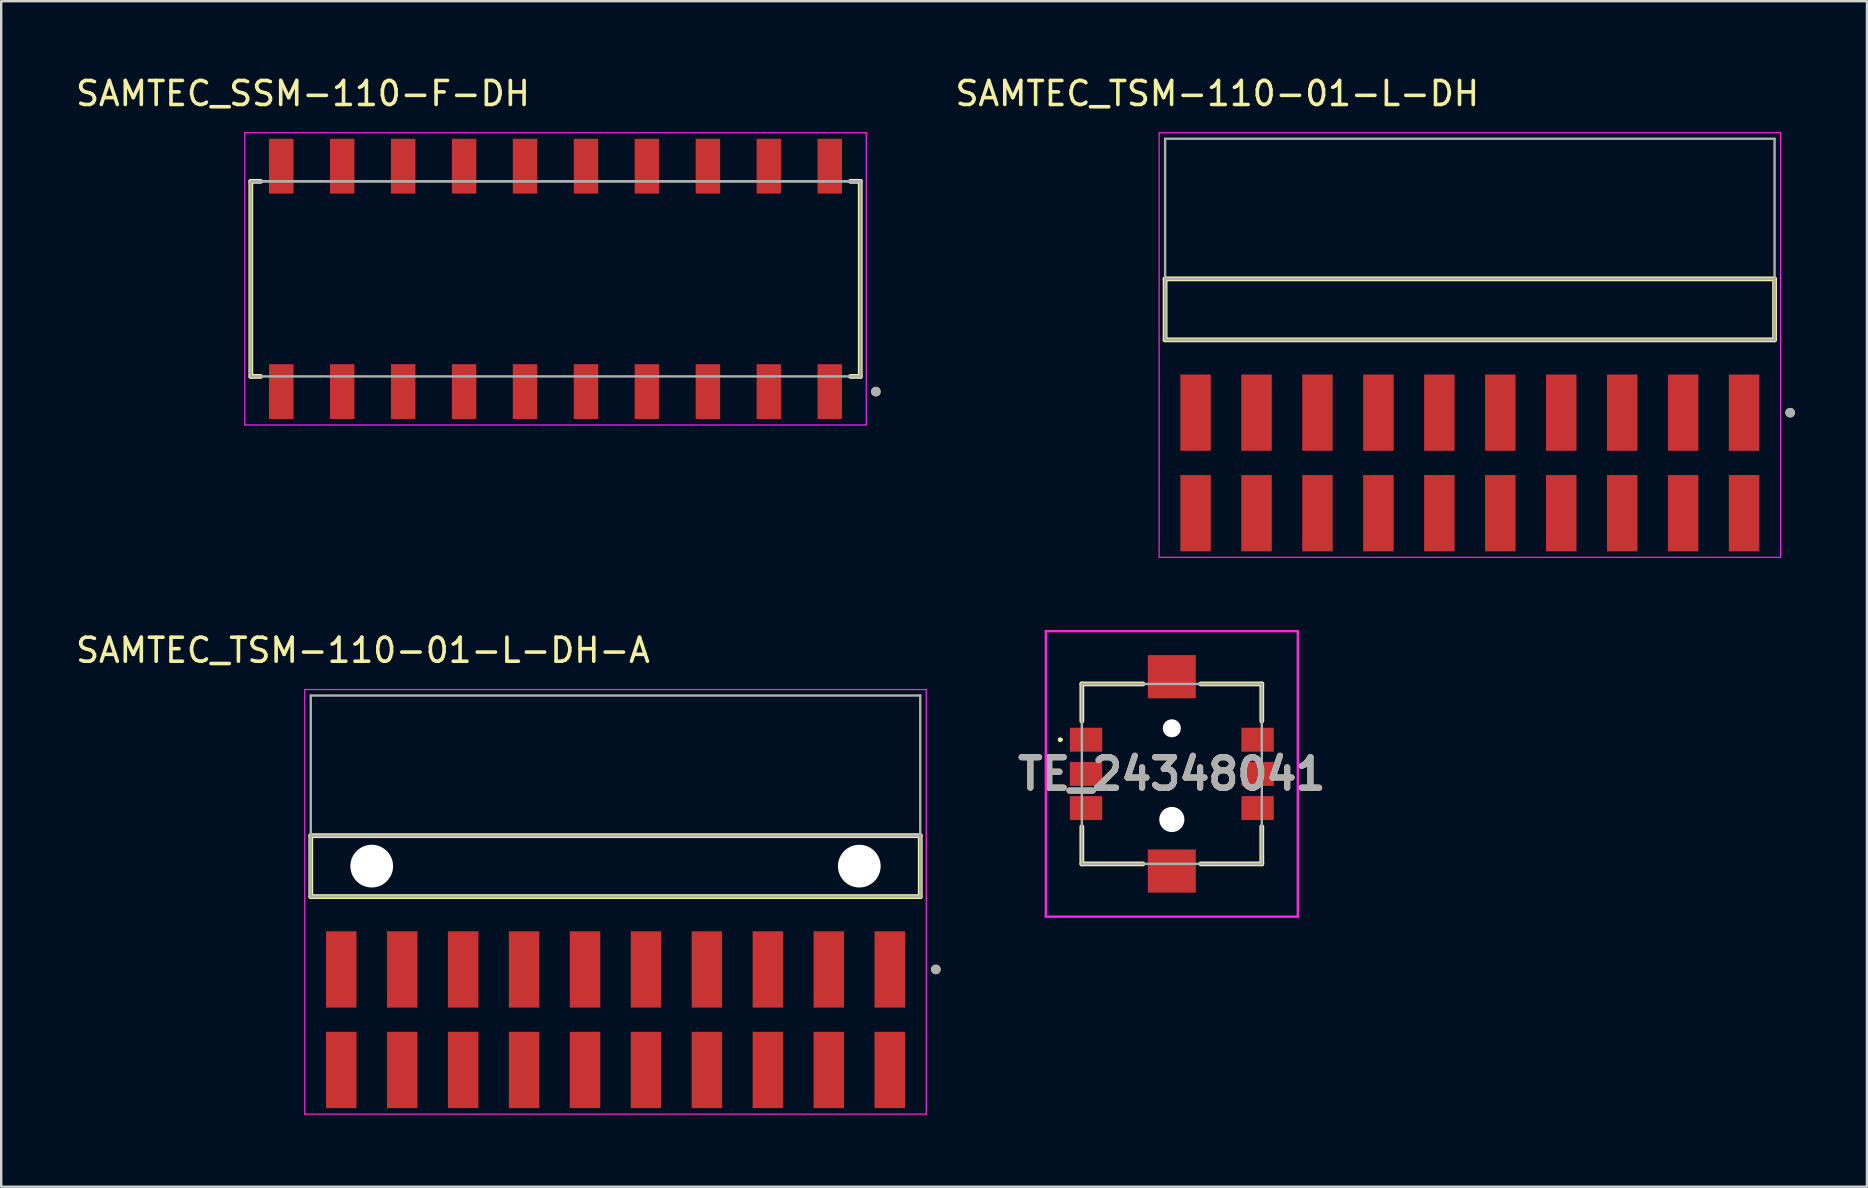
<source format=kicad_pcb>
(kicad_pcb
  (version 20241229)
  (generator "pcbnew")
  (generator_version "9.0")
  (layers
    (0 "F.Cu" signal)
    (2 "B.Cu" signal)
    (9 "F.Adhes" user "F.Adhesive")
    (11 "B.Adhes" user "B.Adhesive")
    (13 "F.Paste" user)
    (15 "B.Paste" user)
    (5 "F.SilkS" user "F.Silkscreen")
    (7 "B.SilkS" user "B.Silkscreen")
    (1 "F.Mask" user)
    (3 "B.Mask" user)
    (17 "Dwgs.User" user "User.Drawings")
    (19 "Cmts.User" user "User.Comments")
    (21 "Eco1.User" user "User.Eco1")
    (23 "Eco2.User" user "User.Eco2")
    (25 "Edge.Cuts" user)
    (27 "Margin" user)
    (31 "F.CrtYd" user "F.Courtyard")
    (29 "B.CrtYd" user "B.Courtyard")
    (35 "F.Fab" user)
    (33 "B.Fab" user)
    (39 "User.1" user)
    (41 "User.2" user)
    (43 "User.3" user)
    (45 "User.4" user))
  (footprint "SAMTEC_SSM-110-F-DH"
    (layer "F.Cu")
    (at 20.102 8.573)
    (property "Reference" "SAMTEC_SSM-110-F-DH" (at -10.525 -7.725 0) (layer "F.SilkS") (effects (font (size 1 1) (thickness 0.15))))
    (attr smd)
    (fp_line (start -12.7 -4.065) (end -12.29 -4.065) (stroke (width 0.2) (type solid)) (layer "F.SilkS"))
    (fp_line (start -12.7 4.065) (end -12.7 -4.065) (stroke (width 0.2) (type solid)) (layer "F.SilkS"))
    (fp_line (start -12.29 4.065) (end -12.7 4.065) (stroke (width 0.2) (type solid)) (layer "F.SilkS"))
    (fp_line (start 12.29 -4.065) (end 12.7 -4.065) (stroke (width 0.2) (type solid)) (layer "F.SilkS"))
    (fp_line (start 12.29 4.065) (end 12.7 4.065) (stroke (width 0.2) (type solid)) (layer "F.SilkS"))
    (fp_line (start 12.7 -4.065) (end 12.7 4.065) (stroke (width 0.2) (type solid)) (layer "F.SilkS"))
    (fp_circle (center 13.35 4.697) (end 13.45 4.697) (stroke (width 0.2) (type solid)) (fill no) (layer "F.SilkS"))
    (fp_line (start -12.95 -6.09) (end 12.95 -6.09) (stroke (width 0.05) (type solid)) (layer "F.CrtYd"))
    (fp_line (start -12.95 6.09) (end -12.95 -6.09) (stroke (width 0.05) (type solid)) (layer "F.CrtYd"))
    (fp_line (start 12.95 -6.09) (end 12.95 6.09) (stroke (width 0.05) (type solid)) (layer "F.CrtYd"))
    (fp_line (start 12.95 6.09) (end -12.95 6.09) (stroke (width 0.05) (type solid)) (layer "F.CrtYd"))
    (fp_line (start -12.7 -4.065) (end 12.7 -4.065) (stroke (width 0.1) (type solid)) (layer "F.Fab"))
    (fp_line (start -12.7 -4.065) (end 12.7 -4.065) (stroke (width 0.1) (type solid)) (layer "F.Fab"))
    (fp_line (start -12.7 4.065) (end -12.7 -4.065) (stroke (width 0.1) (type solid)) (layer "F.Fab"))
    (fp_line (start -12.7 4.065) (end -12.7 -4.065) (stroke (width 0.1) (type solid)) (layer "F.Fab"))
    (fp_line (start 12.7 -4.065) (end 12.7 4.065) (stroke (width 0.1) (type solid)) (layer "F.Fab"))
    (fp_line (start 12.7 -4.065) (end 12.7 4.065) (stroke (width 0.1) (type solid)) (layer "F.Fab"))
    (fp_line (start 12.7 4.065) (end -12.7 4.065) (stroke (width 0.1) (type solid)) (layer "F.Fab"))
    (fp_circle (center 13.35 4.697) (end 13.45 4.697) (stroke (width 0.2) (type solid)) (fill no) (layer "F.Fab"))
    (pad "1" smd rect (at 11.43 4.697) (size 1.02 2.285) (layers "F.Cu" "F.Mask" "F.Paste"))
    (pad "2" smd rect (at 11.43 -4.697) (size 1.02 2.285) (layers "F.Cu" "F.Mask" "F.Paste"))
    (pad "3" smd rect (at 8.89 4.697) (size 1.02 2.285) (layers "F.Cu" "F.Mask" "F.Paste"))
    (pad "4" smd rect (at 8.89 -4.697) (size 1.02 2.285) (layers "F.Cu" "F.Mask" "F.Paste"))
    (pad "5" smd rect (at 6.35 4.697) (size 1.02 2.285) (layers "F.Cu" "F.Mask" "F.Paste"))
    (pad "6" smd rect (at 6.35 -4.697) (size 1.02 2.285) (layers "F.Cu" "F.Mask" "F.Paste"))
    (pad "7" smd rect (at 3.81 4.697) (size 1.02 2.285) (layers "F.Cu" "F.Mask" "F.Paste"))
    (pad "8" smd rect (at 3.81 -4.697) (size 1.02 2.285) (layers "F.Cu" "F.Mask" "F.Paste"))
    (pad "9" smd rect (at 1.27 4.697) (size 1.02 2.285) (layers "F.Cu" "F.Mask" "F.Paste"))
    (pad "10" smd rect (at 1.27 -4.697) (size 1.02 2.285) (layers "F.Cu" "F.Mask" "F.Paste"))
    (pad "11" smd rect (at -1.27 4.697) (size 1.02 2.285) (layers "F.Cu" "F.Mask" "F.Paste"))
    (pad "12" smd rect (at -1.27 -4.697) (size 1.02 2.285) (layers "F.Cu" "F.Mask" "F.Paste"))
    (pad "13" smd rect (at -3.81 4.697) (size 1.02 2.285) (layers "F.Cu" "F.Mask" "F.Paste"))
    (pad "14" smd rect (at -3.81 -4.697) (size 1.02 2.285) (layers "F.Cu" "F.Mask" "F.Paste"))
    (pad "15" smd rect (at -6.35 4.697) (size 1.02 2.285) (layers "F.Cu" "F.Mask" "F.Paste"))
    (pad "16" smd rect (at -6.35 -4.697) (size 1.02 2.285) (layers "F.Cu" "F.Mask" "F.Paste"))
    (pad "17" smd rect (at -8.89 4.697) (size 1.02 2.285) (layers "F.Cu" "F.Mask" "F.Paste"))
    (pad "18" smd rect (at -8.89 -4.697) (size 1.02 2.285) (layers "F.Cu" "F.Mask" "F.Paste"))
    (pad "19" smd rect (at -11.43 4.697) (size 1.02 2.285) (layers "F.Cu" "F.Mask" "F.Paste"))
    (pad "20" smd rect (at -11.43 -4.697) (size 1.02 2.285) (layers "F.Cu" "F.Mask" "F.Paste")))
  (footprint "TE_24348041"
    (layer "F.Cu")
    (at 45.787 29.203)
    (property "Reference" "TE_24348041" (at 0 0 0) (layer "F.SilkS") (effects (font (size 1.27 1.27) (thickness 0.254))))
    (attr smd)
    (fp_line (start -4.7 -1.425) (end -4.7 -1.425) (stroke (width 0.1) (type solid)) (layer "F.SilkS"))
    (fp_line (start -4.6 -1.425) (end -4.6 -1.425) (stroke (width 0.1) (type solid)) (layer "F.SilkS"))
    (fp_line (start -3.75 -3.75) (end -3.75 -2.2) (stroke (width 0.2) (type solid)) (layer "F.SilkS"))
    (fp_line (start -3.75 2.2) (end -3.75 3.75) (stroke (width 0.2) (type solid)) (layer "F.SilkS"))
    (fp_line (start -3.75 3.75) (end -1.2 3.75) (stroke (width 0.2) (type solid)) (layer "F.SilkS"))
    (fp_line (start -1.2 -3.75) (end -3.75 -3.75) (stroke (width 0.2) (type solid)) (layer "F.SilkS"))
    (fp_line (start 1.2 -3.75) (end 3.75 -3.75) (stroke (width 0.2) (type solid)) (layer "F.SilkS"))
    (fp_line (start 1.2 3.75) (end 3.75 3.75) (stroke (width 0.2) (type solid)) (layer "F.SilkS"))
    (fp_line (start 3.75 -3.75) (end 3.75 -2.2) (stroke (width 0.2) (type solid)) (layer "F.SilkS"))
    (fp_line (start 3.75 3.75) (end 3.75 2.2) (stroke (width 0.2) (type solid)) (layer "F.SilkS"))
    (fp_arc (start -4.7 -1.425) (mid -4.65 -1.475) (end -4.6 -1.425) (stroke (width 0.1) (type solid)) (layer "F.SilkS"))
    (fp_arc (start -4.6 -1.425) (mid -4.65 -1.375) (end -4.7 -1.425) (stroke (width 0.1) (type solid)) (layer "F.SilkS"))
    (fp_line (start -5.25 -5.95) (end 5.25 -5.95) (stroke (width 0.1) (type solid)) (layer "F.CrtYd"))
    (fp_line (start -5.25 5.95) (end -5.25 -5.95) (stroke (width 0.1) (type solid)) (layer "F.CrtYd"))
    (fp_line (start 5.25 -5.95) (end 5.25 5.95) (stroke (width 0.1) (type solid)) (layer "F.CrtYd"))
    (fp_line (start 5.25 5.95) (end -5.25 5.95) (stroke (width 0.1) (type solid)) (layer "F.CrtYd"))
    (fp_line (start -3.75 -3.75) (end -3.75 3.75) (stroke (width 0.1) (type solid)) (layer "F.Fab"))
    (fp_line (start -3.75 3.75) (end 3.75 3.75) (stroke (width 0.1) (type solid)) (layer "F.Fab"))
    (fp_line (start 3.75 -3.75) (end -3.75 -3.75) (stroke (width 0.1) (type solid)) (layer "F.Fab"))
    (fp_line (start 3.75 3.75) (end 3.75 -3.75) (stroke (width 0.1) (type solid)) (layer "F.Fab"))
    (fp_text user "${REFERENCE}" (at 0 0 0) (layer "F.Fab") (effects (font (size 1.27 1.27) (thickness 0.254))))
    (pad "" np_thru_hole circle (at 0 -1.9) (size 0.75 0.75) (drill 0.75) (layers "*.Cu" "*.Mask"))
    (pad "" np_thru_hole circle (at 0 1.9) (size 1.05 1.05) (drill 1.05) (layers "*.Cu" "*.Mask"))
    (pad "1" smd rect (at -3.575 -1.425 90) (size 1 1.35) (layers "F.Cu" "F.Mask" "F.Paste"))
    (pad "2" smd rect (at -3.575 0 90) (size 1 1.35) (layers "F.Cu" "F.Mask" "F.Paste"))
    (pad "3" smd rect (at -3.575 1.425 90) (size 1 1.35) (layers "F.Cu" "F.Mask" "F.Paste"))
    (pad "4" smd rect (at 3.575 -1.425 90) (size 1 1.35) (layers "F.Cu" "F.Mask" "F.Paste"))
    (pad "5" smd rect (at 3.575 0 90) (size 1 1.35) (layers "F.Cu" "F.Mask" "F.Paste"))
    (pad "6" smd rect (at 3.575 1.425 90) (size 1 1.35) (layers "F.Cu" "F.Mask" "F.Paste"))
    (pad "MP1" smd rect (at 0 -4.05 90) (size 1.8 2) (layers "F.Cu" "F.Mask" "F.Paste"))
    (pad "MP2" smd rect (at 0 4.05 90) (size 1.8 2) (layers "F.Cu" "F.Mask" "F.Paste")))
  (footprint "SAMTEC_TSM-110-01-L-DH"
    (layer "F.Cu")
    (at 58.207 9.843)
    (property "Reference" "SAMTEC_TSM-110-01-L-DH" (at -10.525 -8.995 0) (layer "F.SilkS") (effects (font (size 1 1) (thickness 0.15))))
    (attr smd)
    (fp_line (start -12.7 1.27) (end -12.7 -1.27) (stroke (width 0.2) (type solid)) (layer "F.SilkS"))
    (fp_line (start 12.7 -1.27) (end -12.7 -1.27) (stroke (width 0.2) (type solid)) (layer "F.SilkS"))
    (fp_line (start 12.7 -1.27) (end 12.7 1.27) (stroke (width 0.2) (type solid)) (layer "F.SilkS"))
    (fp_line (start 12.7 1.27) (end -12.7 1.27) (stroke (width 0.2) (type solid)) (layer "F.SilkS"))
    (fp_circle (center 13.35 4.305) (end 13.45 4.305) (stroke (width 0.2) (type solid)) (fill no) (layer "F.SilkS"))
    (fp_line (start -12.95 -7.36) (end 12.95 -7.36) (stroke (width 0.05) (type solid)) (layer "F.CrtYd"))
    (fp_line (start -12.95 10.335) (end -12.95 -7.36) (stroke (width 0.05) (type solid)) (layer "F.CrtYd"))
    (fp_line (start 12.95 -7.36) (end 12.95 10.335) (stroke (width 0.05) (type solid)) (layer "F.CrtYd"))
    (fp_line (start 12.95 10.335) (end -12.95 10.335) (stroke (width 0.05) (type solid)) (layer "F.CrtYd"))
    (fp_line (start -12.7 -7.11) (end 12.7 -7.11) (stroke (width 0.1) (type solid)) (layer "F.Fab"))
    (fp_line (start -12.7 -1.27) (end 12.7 -1.27) (stroke (width 0.1) (type solid)) (layer "F.Fab"))
    (fp_line (start -12.7 1.27) (end -12.7 -7.11) (stroke (width 0.1) (type solid)) (layer "F.Fab"))
    (fp_line (start -12.7 1.27) (end -12.7 -1.27) (stroke (width 0.1) (type solid)) (layer "F.Fab"))
    (fp_line (start 12.7 -7.11) (end 12.7 1.27) (stroke (width 0.1) (type solid)) (layer "F.Fab"))
    (fp_line (start 12.7 -1.27) (end 12.7 1.27) (stroke (width 0.1) (type solid)) (layer "F.Fab"))
    (fp_line (start 12.7 1.27) (end -12.7 1.27) (stroke (width 0.1) (type solid)) (layer "F.Fab"))
    (fp_circle (center 13.35 4.305) (end 13.45 4.305) (stroke (width 0.2) (type solid)) (fill no) (layer "F.Fab"))
    (pad "1" smd rect (at 11.43 4.305) (size 1.27 3.18) (layers "F.Cu" "F.Mask" "F.Paste"))
    (pad "2" smd rect (at 11.43 8.495) (size 1.27 3.18) (layers "F.Cu" "F.Mask" "F.Paste"))
    (pad "3" smd rect (at 8.89 4.305) (size 1.27 3.18) (layers "F.Cu" "F.Mask" "F.Paste"))
    (pad "4" smd rect (at 8.89 8.495) (size 1.27 3.18) (layers "F.Cu" "F.Mask" "F.Paste"))
    (pad "5" smd rect (at 6.35 4.305) (size 1.27 3.18) (layers "F.Cu" "F.Mask" "F.Paste"))
    (pad "6" smd rect (at 6.35 8.495) (size 1.27 3.18) (layers "F.Cu" "F.Mask" "F.Paste"))
    (pad "7" smd rect (at 3.81 4.305) (size 1.27 3.18) (layers "F.Cu" "F.Mask" "F.Paste"))
    (pad "8" smd rect (at 3.81 8.495) (size 1.27 3.18) (layers "F.Cu" "F.Mask" "F.Paste"))
    (pad "9" smd rect (at 1.27 4.305) (size 1.27 3.18) (layers "F.Cu" "F.Mask" "F.Paste"))
    (pad "10" smd rect (at 1.27 8.495) (size 1.27 3.18) (layers "F.Cu" "F.Mask" "F.Paste"))
    (pad "11" smd rect (at -1.27 4.305) (size 1.27 3.18) (layers "F.Cu" "F.Mask" "F.Paste"))
    (pad "12" smd rect (at -1.27 8.495) (size 1.27 3.18) (layers "F.Cu" "F.Mask" "F.Paste"))
    (pad "13" smd rect (at -3.81 4.305) (size 1.27 3.18) (layers "F.Cu" "F.Mask" "F.Paste"))
    (pad "14" smd rect (at -3.81 8.495) (size 1.27 3.18) (layers "F.Cu" "F.Mask" "F.Paste"))
    (pad "15" smd rect (at -6.35 4.305) (size 1.27 3.18) (layers "F.Cu" "F.Mask" "F.Paste"))
    (pad "16" smd rect (at -6.35 8.495) (size 1.27 3.18) (layers "F.Cu" "F.Mask" "F.Paste"))
    (pad "17" smd rect (at -8.89 4.305) (size 1.27 3.18) (layers "F.Cu" "F.Mask" "F.Paste"))
    (pad "18" smd rect (at -8.89 8.495) (size 1.27 3.18) (layers "F.Cu" "F.Mask" "F.Paste"))
    (pad "19" smd rect (at -11.43 4.305) (size 1.27 3.18) (layers "F.Cu" "F.Mask" "F.Paste"))
    (pad "20" smd rect (at -11.43 8.495) (size 1.27 3.18) (layers "F.Cu" "F.Mask" "F.Paste")))
  (footprint "SAMTEC_TSM-110-01-L-DH-A"
    (layer "F.Cu")
    (at 22.602 33.047)
    (property "Reference" "SAMTEC_TSM-110-01-L-DH-A" (at -10.525 -8.995 0) (layer "F.SilkS") (effects (font (size 1 1) (thickness 0.15))))
    (attr smd)
    (fp_line (start -12.7 1.27) (end -12.7 -1.27) (stroke (width 0.2) (type solid)) (layer "F.SilkS"))
    (fp_line (start 12.7 -1.27) (end -12.7 -1.27) (stroke (width 0.2) (type solid)) (layer "F.SilkS"))
    (fp_line (start 12.7 -1.27) (end 12.7 1.27) (stroke (width 0.2) (type solid)) (layer "F.SilkS"))
    (fp_line (start 12.7 1.27) (end -12.7 1.27) (stroke (width 0.2) (type solid)) (layer "F.SilkS"))
    (fp_circle (center 13.35 4.305) (end 13.45 4.305) (stroke (width 0.2) (type solid)) (fill no) (layer "F.SilkS"))
    (fp_line (start -12.95 -7.36) (end 12.95 -7.36) (stroke (width 0.05) (type solid)) (layer "F.CrtYd"))
    (fp_line (start -12.95 10.335) (end -12.95 -7.36) (stroke (width 0.05) (type solid)) (layer "F.CrtYd"))
    (fp_line (start 12.95 -7.36) (end 12.95 10.335) (stroke (width 0.05) (type solid)) (layer "F.CrtYd"))
    (fp_line (start 12.95 10.335) (end -12.95 10.335) (stroke (width 0.05) (type solid)) (layer "F.CrtYd"))
    (fp_line (start -12.7 -7.11) (end 12.7 -7.11) (stroke (width 0.1) (type solid)) (layer "F.Fab"))
    (fp_line (start -12.7 -1.27) (end 12.7 -1.27) (stroke (width 0.1) (type solid)) (layer "F.Fab"))
    (fp_line (start -12.7 1.27) (end -12.7 -7.11) (stroke (width 0.1) (type solid)) (layer "F.Fab"))
    (fp_line (start -12.7 1.27) (end -12.7 -1.27) (stroke (width 0.1) (type solid)) (layer "F.Fab"))
    (fp_line (start 12.7 -7.11) (end 12.7 1.27) (stroke (width 0.1) (type solid)) (layer "F.Fab"))
    (fp_line (start 12.7 -1.27) (end 12.7 1.27) (stroke (width 0.1) (type solid)) (layer "F.Fab"))
    (fp_line (start 12.7 1.27) (end -12.7 1.27) (stroke (width 0.1) (type solid)) (layer "F.Fab"))
    (fp_circle (center 13.35 4.305) (end 13.45 4.305) (stroke (width 0.2) (type solid)) (fill no) (layer "F.Fab"))
    (pad "" np_thru_hole circle (at -10.16 0) (size 1.78 1.78) (drill 1.78) (layers "*.Cu" "*.Mask"))
    (pad "" np_thru_hole circle (at 10.16 0) (size 1.78 1.78) (drill 1.78) (layers "*.Cu" "*.Mask"))
    (pad "1" smd rect (at 11.43 4.305) (size 1.27 3.18) (layers "F.Cu" "F.Mask" "F.Paste"))
    (pad "2" smd rect (at 11.43 8.495) (size 1.27 3.18) (layers "F.Cu" "F.Mask" "F.Paste"))
    (pad "3" smd rect (at 8.89 4.305) (size 1.27 3.18) (layers "F.Cu" "F.Mask" "F.Paste"))
    (pad "4" smd rect (at 8.89 8.495) (size 1.27 3.18) (layers "F.Cu" "F.Mask" "F.Paste"))
    (pad "5" smd rect (at 6.35 4.305) (size 1.27 3.18) (layers "F.Cu" "F.Mask" "F.Paste"))
    (pad "6" smd rect (at 6.35 8.495) (size 1.27 3.18) (layers "F.Cu" "F.Mask" "F.Paste"))
    (pad "7" smd rect (at 3.81 4.305) (size 1.27 3.18) (layers "F.Cu" "F.Mask" "F.Paste"))
    (pad "8" smd rect (at 3.81 8.495) (size 1.27 3.18) (layers "F.Cu" "F.Mask" "F.Paste"))
    (pad "9" smd rect (at 1.27 4.305) (size 1.27 3.18) (layers "F.Cu" "F.Mask" "F.Paste"))
    (pad "10" smd rect (at 1.27 8.495) (size 1.27 3.18) (layers "F.Cu" "F.Mask" "F.Paste"))
    (pad "11" smd rect (at -1.27 4.305) (size 1.27 3.18) (layers "F.Cu" "F.Mask" "F.Paste"))
    (pad "12" smd rect (at -1.27 8.495) (size 1.27 3.18) (layers "F.Cu" "F.Mask" "F.Paste"))
    (pad "13" smd rect (at -3.81 4.305) (size 1.27 3.18) (layers "F.Cu" "F.Mask" "F.Paste"))
    (pad "14" smd rect (at -3.81 8.495) (size 1.27 3.18) (layers "F.Cu" "F.Mask" "F.Paste"))
    (pad "15" smd rect (at -6.35 4.305) (size 1.27 3.18) (layers "F.Cu" "F.Mask" "F.Paste"))
    (pad "16" smd rect (at -6.35 8.495) (size 1.27 3.18) (layers "F.Cu" "F.Mask" "F.Paste"))
    (pad "17" smd rect (at -8.89 4.305) (size 1.27 3.18) (layers "F.Cu" "F.Mask" "F.Paste"))
    (pad "18" smd rect (at -8.89 8.495) (size 1.27 3.18) (layers "F.Cu" "F.Mask" "F.Paste"))
    (pad "19" smd rect (at -11.43 4.305) (size 1.27 3.18) (layers "F.Cu" "F.Mask" "F.Paste"))
    (pad "20" smd rect (at -11.43 8.495) (size 1.27 3.18) (layers "F.Cu" "F.Mask" "F.Paste")))
  (gr_rect
    (start -3 -3)
    (end 74.757 46.407)
    (stroke (width 0.1) (type default))
    (fill no)
    (layer "Edge.Cuts")))
</source>
